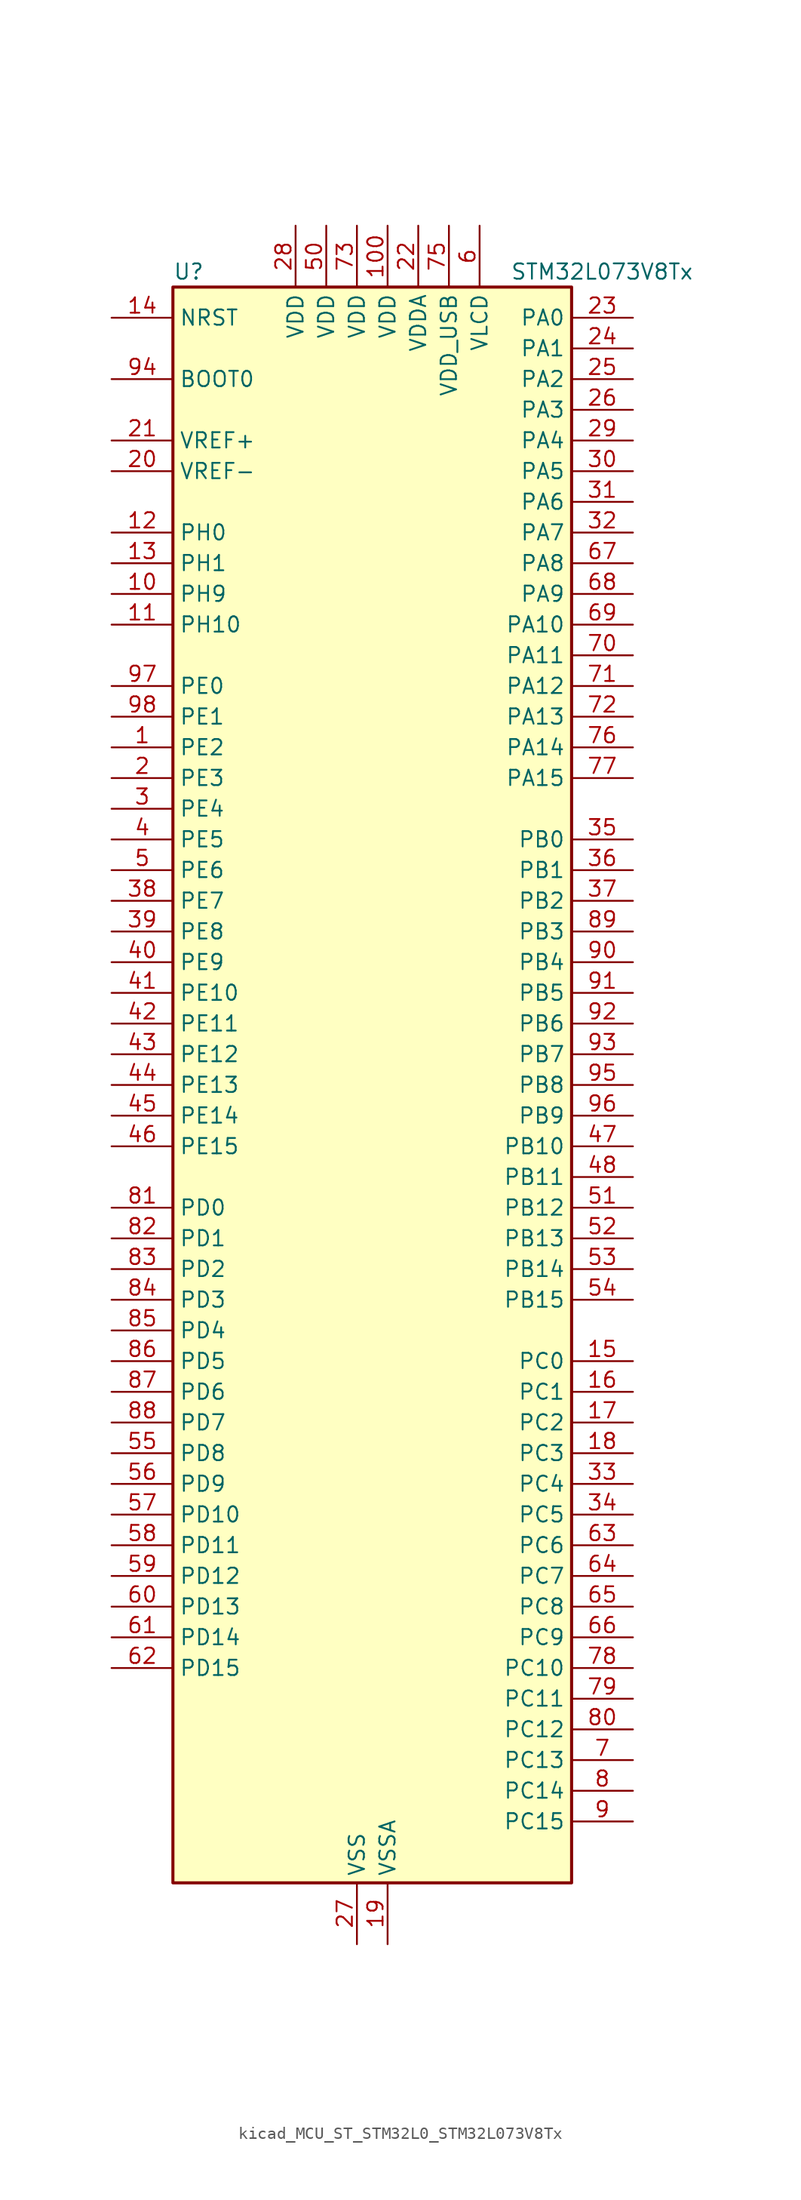
<source format=kicad_sym>
(kicad_symbol_lib
  (version 20220914)
  (generator kicad_symbol_editor)
  (symbol "kicad_MCU_ST_STM32L0_STM32L073V8Tx"
    (property "Reference" "U"
      (at -15.24 67.31 0)
      (effects (font (size 1.27 1.27)) (justify left)))
    (property "Value" "STM32L073V8Tx"
      (at 12.7 67.31 0)
      (effects (font (size 1.27 1.27)) (justify left)))
    (property "ki_locked" ""
      (at 0 0 0)
      (effects (font (size 1.27 1.27))))
    (symbol "kicad_MCU_ST_STM32L0_STM32L073V8Tx_0_1"
      (rectangle (start -15.24 -66.04) (end 17.78 66.04) (stroke (width 0.254) (type default)) (fill (type background))))
    (symbol "kicad_MCU_ST_STM32L0_STM32L073V8Tx_1_1"
      (pin bidirectional line (at -20.32 27.94 0) (length 5.08) (name "PE2" (effects (font (size 1.27 1.27)))) (number "1" (effects (font (size 1.27 1.27)))) (alternate "LCD_SEG38" bidirectional line) (alternate "TIM3_ETR" bidirectional line))
      (pin bidirectional line (at -20.32 40.64 0) (length 5.08) (name "PH9" (effects (font (size 1.27 1.27)))) (number "10" (effects (font (size 1.27 1.27)))) (alternate "DAC_EXTI9" bidirectional line))
      (pin power_in line (at 2.54 71.12 270) (length 5.08) (name "VDD" (effects (font (size 1.27 1.27)))) (number "100" (effects (font (size 1.27 1.27)))))
      (pin bidirectional line (at -20.32 38.1 0) (length 5.08) (name "PH10" (effects (font (size 1.27 1.27)))) (number "11" (effects (font (size 1.27 1.27)))))
      (pin bidirectional line (at -20.32 45.72 0) (length 5.08) (name "PH0" (effects (font (size 1.27 1.27)))) (number "12" (effects (font (size 1.27 1.27)))) (alternate "CRS_SYNC" bidirectional line) (alternate "RCC_OSC_IN" bidirectional line))
      (pin bidirectional line (at -20.32 43.18 0) (length 5.08) (name "PH1" (effects (font (size 1.27 1.27)))) (number "13" (effects (font (size 1.27 1.27)))) (alternate "RCC_OSC_OUT" bidirectional line))
      (pin input line (at -20.32 63.5 0) (length 5.08) (name "NRST" (effects (font (size 1.27 1.27)))) (number "14" (effects (font (size 1.27 1.27)))))
      (pin bidirectional line (at 22.86 -22.86 180) (length 5.08) (name "PC0" (effects (font (size 1.27 1.27)))) (number "15" (effects (font (size 1.27 1.27)))) (alternate "ADC_IN10" bidirectional line) (alternate "I2C3_SCL" bidirectional line) (alternate "LCD_SEG18" bidirectional line) (alternate "LPTIM1_IN1" bidirectional line) (alternate "LPUART1_RX" bidirectional line) (alternate "TSC_G7_IO1" bidirectional line))
      (pin bidirectional line (at 22.86 -25.4 180) (length 5.08) (name "PC1" (effects (font (size 1.27 1.27)))) (number "16" (effects (font (size 1.27 1.27)))) (alternate "ADC_IN11" bidirectional line) (alternate "I2C3_SDA" bidirectional line) (alternate "LCD_SEG19" bidirectional line) (alternate "LPTIM1_OUT" bidirectional line) (alternate "LPUART1_TX" bidirectional line) (alternate "TSC_G7_IO2" bidirectional line))
      (pin bidirectional line (at 22.86 -27.94 180) (length 5.08) (name "PC2" (effects (font (size 1.27 1.27)))) (number "17" (effects (font (size 1.27 1.27)))) (alternate "ADC_IN12" bidirectional line) (alternate "I2S2_MCK" bidirectional line) (alternate "LCD_SEG20" bidirectional line) (alternate "LPTIM1_IN2" bidirectional line) (alternate "SPI2_MISO" bidirectional line) (alternate "TSC_G7_IO3" bidirectional line))
      (pin bidirectional line (at 22.86 -30.48 180) (length 5.08) (name "PC3" (effects (font (size 1.27 1.27)))) (number "18" (effects (font (size 1.27 1.27)))) (alternate "ADC_IN13" bidirectional line) (alternate "I2S2_SD" bidirectional line) (alternate "LCD_SEG21" bidirectional line) (alternate "LPTIM1_ETR" bidirectional line) (alternate "SPI2_MOSI" bidirectional line) (alternate "TSC_G7_IO4" bidirectional line))
      (pin power_in line (at 2.54 -71.12 90) (length 5.08) (name "VSSA" (effects (font (size 1.27 1.27)))) (number "19" (effects (font (size 1.27 1.27)))))
      (pin bidirectional line (at -20.32 25.4 0) (length 5.08) (name "PE3" (effects (font (size 1.27 1.27)))) (number "2" (effects (font (size 1.27 1.27)))) (alternate "LCD_SEG39" bidirectional line) (alternate "TIM22_CH1" bidirectional line) (alternate "TIM3_CH1" bidirectional line))
      (pin input line (at -20.32 50.8 0) (length 5.08) (name "VREF-" (effects (font (size 1.27 1.27)))) (number "20" (effects (font (size 1.27 1.27)))))
      (pin input line (at -20.32 53.34 0) (length 5.08) (name "VREF+" (effects (font (size 1.27 1.27)))) (number "21" (effects (font (size 1.27 1.27)))))
      (pin power_in line (at 5.08 71.12 270) (length 5.08) (name "VDDA" (effects (font (size 1.27 1.27)))) (number "22" (effects (font (size 1.27 1.27)))))
      (pin bidirectional line (at 22.86 63.5 180) (length 5.08) (name "PA0" (effects (font (size 1.27 1.27)))) (number "23" (effects (font (size 1.27 1.27)))) (alternate "ADC_IN0" bidirectional line) (alternate "COMP1_INM" bidirectional line) (alternate "COMP1_OUT" bidirectional line) (alternate "RTC_TAMP2" bidirectional line) (alternate "SYS_WKUP1" bidirectional line) (alternate "TIM2_CH1" bidirectional line) (alternate "TIM2_ETR" bidirectional line) (alternate "TSC_G1_IO1" bidirectional line) (alternate "USART2_CTS" bidirectional line) (alternate "USART4_TX" bidirectional line))
      (pin bidirectional line (at 22.86 60.96 180) (length 5.08) (name "PA1" (effects (font (size 1.27 1.27)))) (number "24" (effects (font (size 1.27 1.27)))) (alternate "ADC_IN1" bidirectional line) (alternate "COMP1_INP" bidirectional line) (alternate "LCD_SEG0" bidirectional line) (alternate "TIM21_ETR" bidirectional line) (alternate "TIM2_CH2" bidirectional line) (alternate "TSC_G1_IO2" bidirectional line) (alternate "USART2_DE" bidirectional line) (alternate "USART2_RTS" bidirectional line) (alternate "USART4_RX" bidirectional line))
      (pin bidirectional line (at 22.86 58.42 180) (length 5.08) (name "PA2" (effects (font (size 1.27 1.27)))) (number "25" (effects (font (size 1.27 1.27)))) (alternate "ADC_IN2" bidirectional line) (alternate "COMP2_INM" bidirectional line) (alternate "COMP2_OUT" bidirectional line) (alternate "LCD_SEG1" bidirectional line) (alternate "LPUART1_TX" bidirectional line) (alternate "TIM21_CH1" bidirectional line) (alternate "TIM2_CH3" bidirectional line) (alternate "TSC_G1_IO3" bidirectional line) (alternate "USART2_TX" bidirectional line))
      (pin bidirectional line (at 22.86 55.88 180) (length 5.08) (name "PA3" (effects (font (size 1.27 1.27)))) (number "26" (effects (font (size 1.27 1.27)))) (alternate "ADC_IN3" bidirectional line) (alternate "COMP2_INP" bidirectional line) (alternate "LCD_SEG2" bidirectional line) (alternate "LPUART1_RX" bidirectional line) (alternate "TIM21_CH2" bidirectional line) (alternate "TIM2_CH4" bidirectional line) (alternate "TSC_G1_IO4" bidirectional line) (alternate "USART2_RX" bidirectional line))
      (pin power_in line (at 0 -71.12 90) (length 5.08) (name "VSS" (effects (font (size 1.27 1.27)))) (number "27" (effects (font (size 1.27 1.27)))))
      (pin power_in line (at -5.08 71.12 270) (length 5.08) (name "VDD" (effects (font (size 1.27 1.27)))) (number "28" (effects (font (size 1.27 1.27)))))
      (pin bidirectional line (at 22.86 53.34 180) (length 5.08) (name "PA4" (effects (font (size 1.27 1.27)))) (number "29" (effects (font (size 1.27 1.27)))) (alternate "ADC_IN4" bidirectional line) (alternate "COMP1_INM" bidirectional line) (alternate "COMP2_INM" bidirectional line) (alternate "DAC_OUT1" bidirectional line) (alternate "SPI1_NSS" bidirectional line) (alternate "TIM22_ETR" bidirectional line) (alternate "TSC_G2_IO1" bidirectional line) (alternate "USART2_CK" bidirectional line))
      (pin bidirectional line (at -20.32 22.86 0) (length 5.08) (name "PE4" (effects (font (size 1.27 1.27)))) (number "3" (effects (font (size 1.27 1.27)))) (alternate "TIM22_CH2" bidirectional line) (alternate "TIM3_CH2" bidirectional line))
      (pin bidirectional line (at 22.86 50.8 180) (length 5.08) (name "PA5" (effects (font (size 1.27 1.27)))) (number "30" (effects (font (size 1.27 1.27)))) (alternate "ADC_IN5" bidirectional line) (alternate "COMP1_INM" bidirectional line) (alternate "COMP2_INM" bidirectional line) (alternate "DAC_OUT2" bidirectional line) (alternate "SPI1_SCK" bidirectional line) (alternate "TIM2_CH1" bidirectional line) (alternate "TIM2_ETR" bidirectional line) (alternate "TSC_G2_IO2" bidirectional line))
      (pin bidirectional line (at 22.86 48.26 180) (length 5.08) (name "PA6" (effects (font (size 1.27 1.27)))) (number "31" (effects (font (size 1.27 1.27)))) (alternate "ADC_IN6" bidirectional line) (alternate "COMP1_OUT" bidirectional line) (alternate "LCD_SEG3" bidirectional line) (alternate "LPUART1_CTS" bidirectional line) (alternate "SPI1_MISO" bidirectional line) (alternate "TIM22_CH1" bidirectional line) (alternate "TIM3_CH1" bidirectional line) (alternate "TSC_G2_IO3" bidirectional line))
      (pin bidirectional line (at 22.86 45.72 180) (length 5.08) (name "PA7" (effects (font (size 1.27 1.27)))) (number "32" (effects (font (size 1.27 1.27)))) (alternate "ADC_IN7" bidirectional line) (alternate "COMP2_OUT" bidirectional line) (alternate "LCD_SEG4" bidirectional line) (alternate "SPI1_MOSI" bidirectional line) (alternate "TIM22_CH2" bidirectional line) (alternate "TIM3_CH2" bidirectional line) (alternate "TSC_G2_IO4" bidirectional line))
      (pin bidirectional line (at 22.86 -33.02 180) (length 5.08) (name "PC4" (effects (font (size 1.27 1.27)))) (number "33" (effects (font (size 1.27 1.27)))) (alternate "ADC_IN14" bidirectional line) (alternate "LCD_SEG22" bidirectional line) (alternate "LPUART1_TX" bidirectional line))
      (pin bidirectional line (at 22.86 -35.56 180) (length 5.08) (name "PC5" (effects (font (size 1.27 1.27)))) (number "34" (effects (font (size 1.27 1.27)))) (alternate "ADC_IN15" bidirectional line) (alternate "LCD_SEG23" bidirectional line) (alternate "LPUART1_RX" bidirectional line) (alternate "TSC_G3_IO1" bidirectional line))
      (pin bidirectional line (at 22.86 20.32 180) (length 5.08) (name "PB0" (effects (font (size 1.27 1.27)))) (number "35" (effects (font (size 1.27 1.27)))) (alternate "ADC_IN8" bidirectional line) (alternate "LCD_SEG5" bidirectional line) (alternate "LCD_VLCD3" bidirectional line) (alternate "SYS_VREF_OUT_PB0" bidirectional line) (alternate "TIM3_CH3" bidirectional line) (alternate "TSC_G3_IO2" bidirectional line))
      (pin bidirectional line (at 22.86 17.78 180) (length 5.08) (name "PB1" (effects (font (size 1.27 1.27)))) (number "36" (effects (font (size 1.27 1.27)))) (alternate "ADC_IN9" bidirectional line) (alternate "LCD_SEG6" bidirectional line) (alternate "LPUART1_DE" bidirectional line) (alternate "LPUART1_RTS" bidirectional line) (alternate "SYS_VREF_OUT_PB1" bidirectional line) (alternate "TIM3_CH4" bidirectional line) (alternate "TSC_G3_IO3" bidirectional line))
      (pin bidirectional line (at 22.86 15.24 180) (length 5.08) (name "PB2" (effects (font (size 1.27 1.27)))) (number "37" (effects (font (size 1.27 1.27)))) (alternate "I2C3_SMBA" bidirectional line) (alternate "LCD_VLCD2" bidirectional line) (alternate "LPTIM1_OUT" bidirectional line) (alternate "TSC_G3_IO4" bidirectional line))
      (pin bidirectional line (at -20.32 15.24 0) (length 5.08) (name "PE7" (effects (font (size 1.27 1.27)))) (number "38" (effects (font (size 1.27 1.27)))) (alternate "LCD_SEG45" bidirectional line) (alternate "USART5_CK" bidirectional line) (alternate "USART5_DE" bidirectional line) (alternate "USART5_RTS" bidirectional line))
      (pin bidirectional line (at -20.32 12.7 0) (length 5.08) (name "PE8" (effects (font (size 1.27 1.27)))) (number "39" (effects (font (size 1.27 1.27)))) (alternate "LCD_SEG46" bidirectional line) (alternate "USART4_TX" bidirectional line))
      (pin bidirectional line (at -20.32 20.32 0) (length 5.08) (name "PE5" (effects (font (size 1.27 1.27)))) (number "4" (effects (font (size 1.27 1.27)))) (alternate "TIM21_CH1" bidirectional line) (alternate "TIM3_CH3" bidirectional line))
      (pin bidirectional line (at -20.32 10.16 0) (length 5.08) (name "PE9" (effects (font (size 1.27 1.27)))) (number "40" (effects (font (size 1.27 1.27)))) (alternate "DAC_EXTI9" bidirectional line) (alternate "LCD_SEG47" bidirectional line) (alternate "TIM2_CH1" bidirectional line) (alternate "TIM2_ETR" bidirectional line) (alternate "USART4_RX" bidirectional line))
      (pin bidirectional line (at -20.32 7.62 0) (length 5.08) (name "PE10" (effects (font (size 1.27 1.27)))) (number "41" (effects (font (size 1.27 1.27)))) (alternate "LCD_SEG40" bidirectional line) (alternate "TIM2_CH2" bidirectional line) (alternate "USART5_TX" bidirectional line))
      (pin bidirectional line (at -20.32 5.08 0) (length 5.08) (name "PE11" (effects (font (size 1.27 1.27)))) (number "42" (effects (font (size 1.27 1.27)))) (alternate "ADC_EXTI11" bidirectional line) (alternate "LCD_VLCD1" bidirectional line) (alternate "TIM2_CH3" bidirectional line) (alternate "USART5_RX" bidirectional line))
      (pin bidirectional line (at -20.32 2.54 0) (length 5.08) (name "PE12" (effects (font (size 1.27 1.27)))) (number "43" (effects (font (size 1.27 1.27)))) (alternate "LCD_VLCD3" bidirectional line) (alternate "SPI1_NSS" bidirectional line) (alternate "TIM2_CH4" bidirectional line))
      (pin bidirectional line (at -20.32 0 0) (length 5.08) (name "PE13" (effects (font (size 1.27 1.27)))) (number "44" (effects (font (size 1.27 1.27)))) (alternate "LCD_SEG41" bidirectional line) (alternate "SPI1_SCK" bidirectional line))
      (pin bidirectional line (at -20.32 -2.54 0) (length 5.08) (name "PE14" (effects (font (size 1.27 1.27)))) (number "45" (effects (font (size 1.27 1.27)))) (alternate "LCD_SEG42" bidirectional line) (alternate "SPI1_MISO" bidirectional line))
      (pin bidirectional line (at -20.32 -5.08 0) (length 5.08) (name "PE15" (effects (font (size 1.27 1.27)))) (number "46" (effects (font (size 1.27 1.27)))) (alternate "LCD_SEG43" bidirectional line) (alternate "SPI1_MOSI" bidirectional line))
      (pin bidirectional line (at 22.86 -5.08 180) (length 5.08) (name "PB10" (effects (font (size 1.27 1.27)))) (number "47" (effects (font (size 1.27 1.27)))) (alternate "I2C2_SCL" bidirectional line) (alternate "LCD_SEG10" bidirectional line) (alternate "LPUART1_RX" bidirectional line) (alternate "LPUART1_TX" bidirectional line) (alternate "SPI2_SCK" bidirectional line) (alternate "TIM2_CH3" bidirectional line) (alternate "TSC_SYNC" bidirectional line))
      (pin bidirectional line (at 22.86 -7.62 180) (length 5.08) (name "PB11" (effects (font (size 1.27 1.27)))) (number "48" (effects (font (size 1.27 1.27)))) (alternate "ADC_EXTI11" bidirectional line) (alternate "I2C2_SDA" bidirectional line) (alternate "LCD_SEG11" bidirectional line) (alternate "LPUART1_RX" bidirectional line) (alternate "LPUART1_TX" bidirectional line) (alternate "TIM2_CH4" bidirectional line) (alternate "TSC_G6_IO1" bidirectional line))
      (pin passive line (at 0 -71.12 90) (length 5.08) hide (name "VSS" (effects (font (size 1.27 1.27)))) (number "49" (effects (font (size 1.27 1.27)))))
      (pin bidirectional line (at -20.32 17.78 0) (length 5.08) (name "PE6" (effects (font (size 1.27 1.27)))) (number "5" (effects (font (size 1.27 1.27)))) (alternate "RTC_TAMP3" bidirectional line) (alternate "SYS_WKUP3" bidirectional line) (alternate "TIM21_CH2" bidirectional line) (alternate "TIM3_CH4" bidirectional line))
      (pin power_in line (at -2.54 71.12 270) (length 5.08) (name "VDD" (effects (font (size 1.27 1.27)))) (number "50" (effects (font (size 1.27 1.27)))))
      (pin bidirectional line (at 22.86 -10.16 180) (length 5.08) (name "PB12" (effects (font (size 1.27 1.27)))) (number "51" (effects (font (size 1.27 1.27)))) (alternate "I2S2_WS" bidirectional line) (alternate "LCD_SEG12" bidirectional line) (alternate "LCD_VLCD2" bidirectional line) (alternate "LPUART1_DE" bidirectional line) (alternate "LPUART1_RTS" bidirectional line) (alternate "SPI2_NSS" bidirectional line) (alternate "TSC_G6_IO2" bidirectional line))
      (pin bidirectional line (at 22.86 -12.7 180) (length 5.08) (name "PB13" (effects (font (size 1.27 1.27)))) (number "52" (effects (font (size 1.27 1.27)))) (alternate "I2C2_SCL" bidirectional line) (alternate "I2S2_CK" bidirectional line) (alternate "LCD_SEG13" bidirectional line) (alternate "LPUART1_CTS" bidirectional line) (alternate "RCC_MCO" bidirectional line) (alternate "SPI2_SCK" bidirectional line) (alternate "TIM21_CH1" bidirectional line) (alternate "TSC_G6_IO3" bidirectional line))
      (pin bidirectional line (at 22.86 -15.24 180) (length 5.08) (name "PB14" (effects (font (size 1.27 1.27)))) (number "53" (effects (font (size 1.27 1.27)))) (alternate "I2C2_SDA" bidirectional line) (alternate "I2S2_MCK" bidirectional line) (alternate "LCD_SEG14" bidirectional line) (alternate "LPUART1_DE" bidirectional line) (alternate "LPUART1_RTS" bidirectional line) (alternate "RTC_OUT_ALARM" bidirectional line) (alternate "RTC_OUT_CALIB" bidirectional line) (alternate "SPI2_MISO" bidirectional line) (alternate "TIM21_CH2" bidirectional line) (alternate "TSC_G6_IO4" bidirectional line))
      (pin bidirectional line (at 22.86 -17.78 180) (length 5.08) (name "PB15" (effects (font (size 1.27 1.27)))) (number "54" (effects (font (size 1.27 1.27)))) (alternate "I2S2_SD" bidirectional line) (alternate "LCD_SEG15" bidirectional line) (alternate "RTC_REFIN" bidirectional line) (alternate "SPI2_MOSI" bidirectional line))
      (pin bidirectional line (at -20.32 -30.48 0) (length 5.08) (name "PD8" (effects (font (size 1.27 1.27)))) (number "55" (effects (font (size 1.27 1.27)))) (alternate "LCD_SEG28" bidirectional line) (alternate "LPUART1_TX" bidirectional line))
      (pin bidirectional line (at -20.32 -33.02 0) (length 5.08) (name "PD9" (effects (font (size 1.27 1.27)))) (number "56" (effects (font (size 1.27 1.27)))) (alternate "DAC_EXTI9" bidirectional line) (alternate "LCD_SEG29" bidirectional line) (alternate "LPUART1_RX" bidirectional line))
      (pin bidirectional line (at -20.32 -35.56 0) (length 5.08) (name "PD10" (effects (font (size 1.27 1.27)))) (number "57" (effects (font (size 1.27 1.27)))) (alternate "LCD_SEG30" bidirectional line))
      (pin bidirectional line (at -20.32 -38.1 0) (length 5.08) (name "PD11" (effects (font (size 1.27 1.27)))) (number "58" (effects (font (size 1.27 1.27)))) (alternate "ADC_EXTI11" bidirectional line) (alternate "LCD_SEG31" bidirectional line) (alternate "LPUART1_CTS" bidirectional line))
      (pin bidirectional line (at -20.32 -40.64 0) (length 5.08) (name "PD12" (effects (font (size 1.27 1.27)))) (number "59" (effects (font (size 1.27 1.27)))) (alternate "LCD_SEG32" bidirectional line) (alternate "LPUART1_DE" bidirectional line) (alternate "LPUART1_RTS" bidirectional line))
      (pin power_in line (at 10.16 71.12 270) (length 5.08) (name "VLCD" (effects (font (size 1.27 1.27)))) (number "6" (effects (font (size 1.27 1.27)))))
      (pin bidirectional line (at -20.32 -43.18 0) (length 5.08) (name "PD13" (effects (font (size 1.27 1.27)))) (number "60" (effects (font (size 1.27 1.27)))) (alternate "LCD_SEG33" bidirectional line))
      (pin bidirectional line (at -20.32 -45.72 0) (length 5.08) (name "PD14" (effects (font (size 1.27 1.27)))) (number "61" (effects (font (size 1.27 1.27)))) (alternate "LCD_SEG34" bidirectional line))
      (pin bidirectional line (at -20.32 -48.26 0) (length 5.08) (name "PD15" (effects (font (size 1.27 1.27)))) (number "62" (effects (font (size 1.27 1.27)))) (alternate "CRS_SYNC" bidirectional line) (alternate "LCD_SEG35" bidirectional line))
      (pin bidirectional line (at 22.86 -38.1 180) (length 5.08) (name "PC6" (effects (font (size 1.27 1.27)))) (number "63" (effects (font (size 1.27 1.27)))) (alternate "LCD_SEG24" bidirectional line) (alternate "TIM22_CH1" bidirectional line) (alternate "TIM3_CH1" bidirectional line) (alternate "TSC_G8_IO1" bidirectional line))
      (pin bidirectional line (at 22.86 -40.64 180) (length 5.08) (name "PC7" (effects (font (size 1.27 1.27)))) (number "64" (effects (font (size 1.27 1.27)))) (alternate "LCD_SEG25" bidirectional line) (alternate "TIM22_CH2" bidirectional line) (alternate "TIM3_CH2" bidirectional line) (alternate "TSC_G8_IO2" bidirectional line))
      (pin bidirectional line (at 22.86 -43.18 180) (length 5.08) (name "PC8" (effects (font (size 1.27 1.27)))) (number "65" (effects (font (size 1.27 1.27)))) (alternate "LCD_SEG26" bidirectional line) (alternate "TIM22_ETR" bidirectional line) (alternate "TIM3_CH3" bidirectional line) (alternate "TSC_G8_IO3" bidirectional line))
      (pin bidirectional line (at 22.86 -45.72 180) (length 5.08) (name "PC9" (effects (font (size 1.27 1.27)))) (number "66" (effects (font (size 1.27 1.27)))) (alternate "DAC_EXTI9" bidirectional line) (alternate "I2C3_SDA" bidirectional line) (alternate "LCD_SEG27" bidirectional line) (alternate "TIM21_ETR" bidirectional line) (alternate "TIM3_CH4" bidirectional line) (alternate "TSC_G8_IO4" bidirectional line) (alternate "USB_NOE" bidirectional line))
      (pin bidirectional line (at 22.86 43.18 180) (length 5.08) (name "PA8" (effects (font (size 1.27 1.27)))) (number "67" (effects (font (size 1.27 1.27)))) (alternate "CRS_SYNC" bidirectional line) (alternate "I2C3_SCL" bidirectional line) (alternate "LCD_COM0" bidirectional line) (alternate "RCC_MCO" bidirectional line) (alternate "USART1_CK" bidirectional line))
      (pin bidirectional line (at 22.86 40.64 180) (length 5.08) (name "PA9" (effects (font (size 1.27 1.27)))) (number "68" (effects (font (size 1.27 1.27)))) (alternate "DAC_EXTI9" bidirectional line) (alternate "I2C1_SCL" bidirectional line) (alternate "I2C3_SMBA" bidirectional line) (alternate "LCD_COM1" bidirectional line) (alternate "RCC_MCO" bidirectional line) (alternate "TSC_G4_IO1" bidirectional line) (alternate "USART1_TX" bidirectional line))
      (pin bidirectional line (at 22.86 38.1 180) (length 5.08) (name "PA10" (effects (font (size 1.27 1.27)))) (number "69" (effects (font (size 1.27 1.27)))) (alternate "I2C1_SDA" bidirectional line) (alternate "LCD_COM2" bidirectional line) (alternate "TSC_G4_IO2" bidirectional line) (alternate "USART1_RX" bidirectional line))
      (pin bidirectional line (at 22.86 -55.88 180) (length 5.08) (name "PC13" (effects (font (size 1.27 1.27)))) (number "7" (effects (font (size 1.27 1.27)))) (alternate "RTC_OUT_ALARM" bidirectional line) (alternate "RTC_OUT_CALIB" bidirectional line) (alternate "RTC_TAMP1" bidirectional line) (alternate "RTC_TS" bidirectional line) (alternate "SYS_WKUP2" bidirectional line))
      (pin bidirectional line (at 22.86 35.56 180) (length 5.08) (name "PA11" (effects (font (size 1.27 1.27)))) (number "70" (effects (font (size 1.27 1.27)))) (alternate "ADC_EXTI11" bidirectional line) (alternate "COMP1_OUT" bidirectional line) (alternate "SPI1_MISO" bidirectional line) (alternate "TSC_G4_IO3" bidirectional line) (alternate "USART1_CTS" bidirectional line) (alternate "USB_DM" bidirectional line))
      (pin bidirectional line (at 22.86 33.02 180) (length 5.08) (name "PA12" (effects (font (size 1.27 1.27)))) (number "71" (effects (font (size 1.27 1.27)))) (alternate "COMP2_OUT" bidirectional line) (alternate "SPI1_MOSI" bidirectional line) (alternate "TSC_G4_IO4" bidirectional line) (alternate "USART1_DE" bidirectional line) (alternate "USART1_RTS" bidirectional line) (alternate "USB_DP" bidirectional line))
      (pin bidirectional line (at 22.86 30.48 180) (length 5.08) (name "PA13" (effects (font (size 1.27 1.27)))) (number "72" (effects (font (size 1.27 1.27)))) (alternate "LPUART1_RX" bidirectional line) (alternate "SYS_SWDIO" bidirectional line) (alternate "USB_NOE" bidirectional line))
      (pin power_in line (at 0 71.12 270) (length 5.08) (name "VDD" (effects (font (size 1.27 1.27)))) (number "73" (effects (font (size 1.27 1.27)))))
      (pin passive line (at 0 -71.12 90) (length 5.08) hide (name "VSS" (effects (font (size 1.27 1.27)))) (number "74" (effects (font (size 1.27 1.27)))))
      (pin power_in line (at 7.62 71.12 270) (length 5.08) (name "VDD_USB" (effects (font (size 1.27 1.27)))) (number "75" (effects (font (size 1.27 1.27)))))
      (pin bidirectional line (at 22.86 27.94 180) (length 5.08) (name "PA14" (effects (font (size 1.27 1.27)))) (number "76" (effects (font (size 1.27 1.27)))) (alternate "LPUART1_TX" bidirectional line) (alternate "SYS_SWCLK" bidirectional line) (alternate "USART2_TX" bidirectional line))
      (pin bidirectional line (at 22.86 25.4 180) (length 5.08) (name "PA15" (effects (font (size 1.27 1.27)))) (number "77" (effects (font (size 1.27 1.27)))) (alternate "LCD_SEG17" bidirectional line) (alternate "SPI1_NSS" bidirectional line) (alternate "TIM2_CH1" bidirectional line) (alternate "TIM2_ETR" bidirectional line) (alternate "USART2_RX" bidirectional line) (alternate "USART4_DE" bidirectional line) (alternate "USART4_RTS" bidirectional line))
      (pin bidirectional line (at 22.86 -48.26 180) (length 5.08) (name "PC10" (effects (font (size 1.27 1.27)))) (number "78" (effects (font (size 1.27 1.27)))) (alternate "LCD_COM4" bidirectional line) (alternate "LCD_SEG28" bidirectional line) (alternate "LCD_SEG48" bidirectional line) (alternate "LPUART1_TX" bidirectional line) (alternate "USART4_TX" bidirectional line))
      (pin bidirectional line (at 22.86 -50.8 180) (length 5.08) (name "PC11" (effects (font (size 1.27 1.27)))) (number "79" (effects (font (size 1.27 1.27)))) (alternate "ADC_EXTI11" bidirectional line) (alternate "LCD_COM5" bidirectional line) (alternate "LCD_SEG29" bidirectional line) (alternate "LCD_SEG49" bidirectional line) (alternate "LPUART1_RX" bidirectional line) (alternate "USART4_RX" bidirectional line))
      (pin bidirectional line (at 22.86 -58.42 180) (length 5.08) (name "PC14" (effects (font (size 1.27 1.27)))) (number "8" (effects (font (size 1.27 1.27)))) (alternate "RCC_OSC32_IN" bidirectional line))
      (pin bidirectional line (at 22.86 -53.34 180) (length 5.08) (name "PC12" (effects (font (size 1.27 1.27)))) (number "80" (effects (font (size 1.27 1.27)))) (alternate "LCD_COM6" bidirectional line) (alternate "LCD_SEG30" bidirectional line) (alternate "LCD_SEG50" bidirectional line) (alternate "USART4_CK" bidirectional line) (alternate "USART5_TX" bidirectional line))
      (pin bidirectional line (at -20.32 -10.16 0) (length 5.08) (name "PD0" (effects (font (size 1.27 1.27)))) (number "81" (effects (font (size 1.27 1.27)))) (alternate "I2S2_WS" bidirectional line) (alternate "SPI2_NSS" bidirectional line) (alternate "TIM21_CH1" bidirectional line))
      (pin bidirectional line (at -20.32 -12.7 0) (length 5.08) (name "PD1" (effects (font (size 1.27 1.27)))) (number "82" (effects (font (size 1.27 1.27)))) (alternate "I2S2_CK" bidirectional line) (alternate "SPI2_SCK" bidirectional line))
      (pin bidirectional line (at -20.32 -15.24 0) (length 5.08) (name "PD2" (effects (font (size 1.27 1.27)))) (number "83" (effects (font (size 1.27 1.27)))) (alternate "LCD_COM7" bidirectional line) (alternate "LCD_SEG31" bidirectional line) (alternate "LCD_SEG51" bidirectional line) (alternate "LPUART1_DE" bidirectional line) (alternate "LPUART1_RTS" bidirectional line) (alternate "TIM3_ETR" bidirectional line) (alternate "USART5_RX" bidirectional line))
      (pin bidirectional line (at -20.32 -17.78 0) (length 5.08) (name "PD3" (effects (font (size 1.27 1.27)))) (number "84" (effects (font (size 1.27 1.27)))) (alternate "I2S2_MCK" bidirectional line) (alternate "LCD_SEG44" bidirectional line) (alternate "SPI2_MISO" bidirectional line) (alternate "USART2_CTS" bidirectional line))
      (pin bidirectional line (at -20.32 -20.32 0) (length 5.08) (name "PD4" (effects (font (size 1.27 1.27)))) (number "85" (effects (font (size 1.27 1.27)))) (alternate "I2S2_SD" bidirectional line) (alternate "SPI2_MOSI" bidirectional line) (alternate "USART2_DE" bidirectional line) (alternate "USART2_RTS" bidirectional line))
      (pin bidirectional line (at -20.32 -22.86 0) (length 5.08) (name "PD5" (effects (font (size 1.27 1.27)))) (number "86" (effects (font (size 1.27 1.27)))) (alternate "USART2_TX" bidirectional line))
      (pin bidirectional line (at -20.32 -25.4 0) (length 5.08) (name "PD6" (effects (font (size 1.27 1.27)))) (number "87" (effects (font (size 1.27 1.27)))) (alternate "USART2_RX" bidirectional line))
      (pin bidirectional line (at -20.32 -27.94 0) (length 5.08) (name "PD7" (effects (font (size 1.27 1.27)))) (number "88" (effects (font (size 1.27 1.27)))) (alternate "TIM21_CH2" bidirectional line) (alternate "USART2_CK" bidirectional line))
      (pin bidirectional line (at 22.86 12.7 180) (length 5.08) (name "PB3" (effects (font (size 1.27 1.27)))) (number "89" (effects (font (size 1.27 1.27)))) (alternate "COMP2_INM" bidirectional line) (alternate "LCD_SEG7" bidirectional line) (alternate "SPI1_SCK" bidirectional line) (alternate "TIM2_CH2" bidirectional line) (alternate "TSC_G5_IO1" bidirectional line) (alternate "USART1_DE" bidirectional line) (alternate "USART1_RTS" bidirectional line) (alternate "USART5_TX" bidirectional line))
      (pin bidirectional line (at 22.86 -60.96 180) (length 5.08) (name "PC15" (effects (font (size 1.27 1.27)))) (number "9" (effects (font (size 1.27 1.27)))) (alternate "RCC_OSC32_OUT" bidirectional line))
      (pin bidirectional line (at 22.86 10.16 180) (length 5.08) (name "PB4" (effects (font (size 1.27 1.27)))) (number "90" (effects (font (size 1.27 1.27)))) (alternate "COMP2_INP" bidirectional line) (alternate "I2C3_SDA" bidirectional line) (alternate "LCD_SEG8" bidirectional line) (alternate "SPI1_MISO" bidirectional line) (alternate "TIM22_CH1" bidirectional line) (alternate "TIM3_CH1" bidirectional line) (alternate "TSC_G5_IO2" bidirectional line) (alternate "USART1_CTS" bidirectional line) (alternate "USART5_RX" bidirectional line))
      (pin bidirectional line (at 22.86 7.62 180) (length 5.08) (name "PB5" (effects (font (size 1.27 1.27)))) (number "91" (effects (font (size 1.27 1.27)))) (alternate "COMP2_INP" bidirectional line) (alternate "I2C1_SMBA" bidirectional line) (alternate "LCD_SEG9" bidirectional line) (alternate "LPTIM1_IN1" bidirectional line) (alternate "SPI1_MOSI" bidirectional line) (alternate "TIM22_CH2" bidirectional line) (alternate "TIM3_CH2" bidirectional line) (alternate "USART1_CK" bidirectional line) (alternate "USART5_CK" bidirectional line) (alternate "USART5_DE" bidirectional line) (alternate "USART5_RTS" bidirectional line))
      (pin bidirectional line (at 22.86 5.08 180) (length 5.08) (name "PB6" (effects (font (size 1.27 1.27)))) (number "92" (effects (font (size 1.27 1.27)))) (alternate "COMP2_INP" bidirectional line) (alternate "I2C1_SCL" bidirectional line) (alternate "LPTIM1_ETR" bidirectional line) (alternate "TSC_G5_IO3" bidirectional line) (alternate "USART1_TX" bidirectional line))
      (pin bidirectional line (at 22.86 2.54 180) (length 5.08) (name "PB7" (effects (font (size 1.27 1.27)))) (number "93" (effects (font (size 1.27 1.27)))) (alternate "COMP2_INP" bidirectional line) (alternate "I2C1_SDA" bidirectional line) (alternate "LPTIM1_IN2" bidirectional line) (alternate "SYS_PVD_IN" bidirectional line) (alternate "TSC_G5_IO4" bidirectional line) (alternate "USART1_RX" bidirectional line) (alternate "USART4_CTS" bidirectional line))
      (pin input line (at -20.32 58.42 0) (length 5.08) (name "BOOT0" (effects (font (size 1.27 1.27)))) (number "94" (effects (font (size 1.27 1.27)))))
      (pin bidirectional line (at 22.86 0 180) (length 5.08) (name "PB8" (effects (font (size 1.27 1.27)))) (number "95" (effects (font (size 1.27 1.27)))) (alternate "I2C1_SCL" bidirectional line) (alternate "LCD_SEG16" bidirectional line) (alternate "TSC_SYNC" bidirectional line))
      (pin bidirectional line (at 22.86 -2.54 180) (length 5.08) (name "PB9" (effects (font (size 1.27 1.27)))) (number "96" (effects (font (size 1.27 1.27)))) (alternate "DAC_EXTI9" bidirectional line) (alternate "I2C1_SDA" bidirectional line) (alternate "I2S2_WS" bidirectional line) (alternate "LCD_COM3" bidirectional line) (alternate "SPI2_NSS" bidirectional line))
      (pin bidirectional line (at -20.32 33.02 0) (length 5.08) (name "PE0" (effects (font (size 1.27 1.27)))) (number "97" (effects (font (size 1.27 1.27)))) (alternate "LCD_SEG36" bidirectional line))
      (pin bidirectional line (at -20.32 30.48 0) (length 5.08) (name "PE1" (effects (font (size 1.27 1.27)))) (number "98" (effects (font (size 1.27 1.27)))) (alternate "LCD_SEG37" bidirectional line))
      (pin passive line (at 0 -71.12 90) (length 5.08) hide (name "VSS" (effects (font (size 1.27 1.27)))) (number "99" (effects (font (size 1.27 1.27))))))))
</source>
